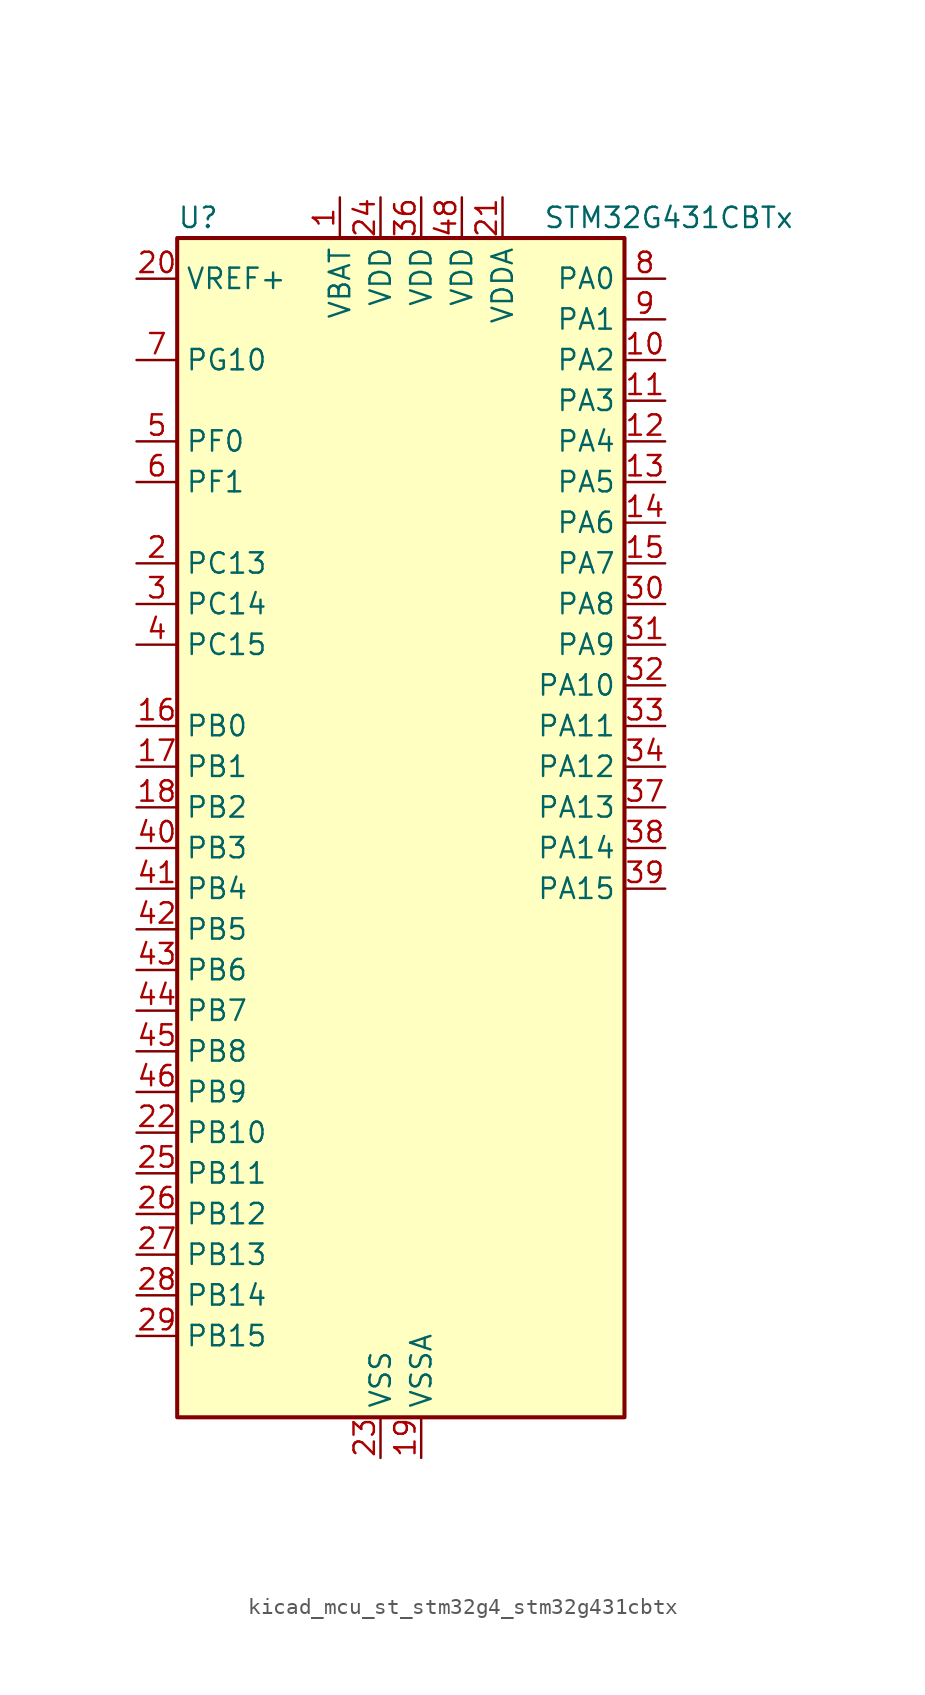
<source format=kicad_sym>
(kicad_symbol_lib
  (version 20220914)
  (generator kicad_symbol_editor)
  (symbol "kicad_mcu_st_stm32g4_stm32g431cbtx"
    (property "Reference" "U"
      (at -12.7 39.37 0)
      (effects (font (size 1.27 1.27)) (justify left)))
    (property "Value" "STM32G431CBTx"
      (at 10.16 39.37 0)
      (effects (font (size 1.27 1.27)) (justify left)))
    (property "ki_locked" ""
      (at 0 0 0)
      (effects (font (size 1.27 1.27))))
    (symbol "kicad_mcu_st_stm32g4_stm32g431cbtx_0_1"
      (rectangle (start -12.7 -35.56) (end 15.24 38.1) (stroke (width 0.254) (type default)) (fill (type background))))
    (symbol "kicad_mcu_st_stm32g4_stm32g431cbtx_1_1"
      (pin power_in line (at -2.54 40.64 270) (length 2.54) (name "VBAT" (effects (font (size 1.27 1.27)))) (number "1" (effects (font (size 1.27 1.27)))))
      (pin bidirectional line (at 17.78 30.48 180) (length 2.54) (name "PA2" (effects (font (size 1.27 1.27)))) (number "10" (effects (font (size 1.27 1.27)))) (alternate "ADC1_IN3" bidirectional line) (alternate "COMP2_INM" bidirectional line) (alternate "COMP2_OUT" bidirectional line) (alternate "LPUART1_TX" bidirectional line) (alternate "OPAMP1_VOUT" bidirectional line) (alternate "RCC_LSCO" bidirectional line) (alternate "SYS_WKUP4" bidirectional line) (alternate "TIM15_CH1" bidirectional line) (alternate "TIM2_CH3" bidirectional line) (alternate "UCPD1_FRSTX1" bidirectional line) (alternate "UCPD1_FRSTX2" bidirectional line) (alternate "USART2_TX" bidirectional line))
      (pin bidirectional line (at 17.78 27.94 180) (length 2.54) (name "PA3" (effects (font (size 1.27 1.27)))) (number "11" (effects (font (size 1.27 1.27)))) (alternate "ADC1_IN4" bidirectional line) (alternate "COMP2_INP" bidirectional line) (alternate "LPUART1_RX" bidirectional line) (alternate "OPAMP1_VINM" bidirectional line) (alternate "OPAMP1_VINM0" bidirectional line) (alternate "OPAMP1_VINM_SEC" bidirectional line) (alternate "OPAMP1_VINP" bidirectional line) (alternate "OPAMP1_VINP_SEC" bidirectional line) (alternate "SAI1_CK1" bidirectional line) (alternate "SAI1_MCLK_A" bidirectional line) (alternate "TIM15_CH2" bidirectional line) (alternate "TIM2_CH4" bidirectional line) (alternate "USART2_RX" bidirectional line))
      (pin bidirectional line (at 17.78 25.4 180) (length 2.54) (name "PA4" (effects (font (size 1.27 1.27)))) (number "12" (effects (font (size 1.27 1.27)))) (alternate "ADC2_IN17" bidirectional line) (alternate "COMP1_INM" bidirectional line) (alternate "DAC1_OUT1" bidirectional line) (alternate "I2S3_WS" bidirectional line) (alternate "SAI1_FS_B" bidirectional line) (alternate "SPI1_NSS" bidirectional line) (alternate "SPI3_NSS" bidirectional line) (alternate "TIM3_CH2" bidirectional line) (alternate "USART2_CK" bidirectional line))
      (pin bidirectional line (at 17.78 22.86 180) (length 2.54) (name "PA5" (effects (font (size 1.27 1.27)))) (number "13" (effects (font (size 1.27 1.27)))) (alternate "ADC2_IN13" bidirectional line) (alternate "COMP2_INM" bidirectional line) (alternate "DAC1_OUT2" bidirectional line) (alternate "OPAMP2_VINM" bidirectional line) (alternate "OPAMP2_VINM0" bidirectional line) (alternate "OPAMP2_VINM_SEC" bidirectional line) (alternate "SPI1_SCK" bidirectional line) (alternate "TIM2_CH1" bidirectional line) (alternate "TIM2_ETR" bidirectional line) (alternate "UCPD1_FRSTX1" bidirectional line) (alternate "UCPD1_FRSTX2" bidirectional line))
      (pin bidirectional line (at 17.78 20.32 180) (length 2.54) (name "PA6" (effects (font (size 1.27 1.27)))) (number "14" (effects (font (size 1.27 1.27)))) (alternate "ADC2_IN3" bidirectional line) (alternate "COMP1_OUT" bidirectional line) (alternate "LPUART1_CTS" bidirectional line) (alternate "OPAMP2_VOUT" bidirectional line) (alternate "SPI1_MISO" bidirectional line) (alternate "TIM16_CH1" bidirectional line) (alternate "TIM1_BKIN" bidirectional line) (alternate "TIM3_CH1" bidirectional line) (alternate "TIM8_BKIN" bidirectional line))
      (pin bidirectional line (at 17.78 17.78 180) (length 2.54) (name "PA7" (effects (font (size 1.27 1.27)))) (number "15" (effects (font (size 1.27 1.27)))) (alternate "ADC2_IN4" bidirectional line) (alternate "COMP2_INP" bidirectional line) (alternate "COMP2_OUT" bidirectional line) (alternate "OPAMP1_VINP" bidirectional line) (alternate "OPAMP1_VINP_SEC" bidirectional line) (alternate "OPAMP2_VINP" bidirectional line) (alternate "OPAMP2_VINP_SEC" bidirectional line) (alternate "SPI1_MOSI" bidirectional line) (alternate "TIM17_CH1" bidirectional line) (alternate "TIM1_CH1N" bidirectional line) (alternate "TIM3_CH2" bidirectional line) (alternate "TIM8_CH1N" bidirectional line) (alternate "UCPD1_FRSTX1" bidirectional line) (alternate "UCPD1_FRSTX2" bidirectional line))
      (pin bidirectional line (at -15.24 7.62 0) (length 2.54) (name "PB0" (effects (font (size 1.27 1.27)))) (number "16" (effects (font (size 1.27 1.27)))) (alternate "ADC1_IN15" bidirectional line) (alternate "COMP4_INP" bidirectional line) (alternate "OPAMP2_VINP" bidirectional line) (alternate "OPAMP2_VINP_SEC" bidirectional line) (alternate "OPAMP3_VINP" bidirectional line) (alternate "OPAMP3_VINP_SEC" bidirectional line) (alternate "TIM1_CH2N" bidirectional line) (alternate "TIM3_CH3" bidirectional line) (alternate "TIM8_CH2N" bidirectional line) (alternate "UCPD1_FRSTX1" bidirectional line) (alternate "UCPD1_FRSTX2" bidirectional line))
      (pin bidirectional line (at -15.24 5.08 0) (length 2.54) (name "PB1" (effects (font (size 1.27 1.27)))) (number "17" (effects (font (size 1.27 1.27)))) (alternate "ADC1_IN12" bidirectional line) (alternate "COMP1_INP" bidirectional line) (alternate "COMP4_OUT" bidirectional line) (alternate "LPUART1_DE" bidirectional line) (alternate "LPUART1_RTS" bidirectional line) (alternate "OPAMP3_VOUT" bidirectional line) (alternate "TIM1_CH3N" bidirectional line) (alternate "TIM3_CH4" bidirectional line) (alternate "TIM8_CH3N" bidirectional line))
      (pin bidirectional line (at -15.24 2.54 0) (length 2.54) (name "PB2" (effects (font (size 1.27 1.27)))) (number "18" (effects (font (size 1.27 1.27)))) (alternate "ADC2_IN12" bidirectional line) (alternate "COMP4_INM" bidirectional line) (alternate "I2C3_SMBA" bidirectional line) (alternate "LPTIM1_OUT" bidirectional line) (alternate "OPAMP3_VINM" bidirectional line) (alternate "OPAMP3_VINM0" bidirectional line) (alternate "OPAMP3_VINM_SEC" bidirectional line) (alternate "RTC_OUT2" bidirectional line))
      (pin power_in line (at 2.54 -38.1 90) (length 2.54) (name "VSSA" (effects (font (size 1.27 1.27)))) (number "19" (effects (font (size 1.27 1.27)))))
      (pin bidirectional line (at -15.24 17.78 0) (length 2.54) (name "PC13" (effects (font (size 1.27 1.27)))) (number "2" (effects (font (size 1.27 1.27)))) (alternate "RTC_OUT1" bidirectional line) (alternate "RTC_TAMP1" bidirectional line) (alternate "RTC_TS" bidirectional line) (alternate "SYS_WKUP2" bidirectional line) (alternate "TIM1_BKIN" bidirectional line) (alternate "TIM1_CH1N" bidirectional line) (alternate "TIM8_CH4N" bidirectional line))
      (pin input line (at -15.24 35.56 0) (length 2.54) (name "VREF+" (effects (font (size 1.27 1.27)))) (number "20" (effects (font (size 1.27 1.27)))) (alternate "VREFBUF_OUT" bidirectional line))
      (pin power_in line (at 7.62 40.64 270) (length 2.54) (name "VDDA" (effects (font (size 1.27 1.27)))) (number "21" (effects (font (size 1.27 1.27)))))
      (pin bidirectional line (at -15.24 -17.78 0) (length 2.54) (name "PB10" (effects (font (size 1.27 1.27)))) (number "22" (effects (font (size 1.27 1.27)))) (alternate "DAC1_EXTI10" bidirectional line) (alternate "DAC3_EXTI10" bidirectional line) (alternate "LPUART1_RX" bidirectional line) (alternate "OPAMP3_VINM" bidirectional line) (alternate "OPAMP3_VINM1" bidirectional line) (alternate "OPAMP3_VINM_SEC" bidirectional line) (alternate "SAI1_SCK_A" bidirectional line) (alternate "TIM1_BKIN" bidirectional line) (alternate "TIM2_CH3" bidirectional line) (alternate "USART3_TX" bidirectional line))
      (pin power_in line (at 0 -38.1 90) (length 2.54) (name "VSS" (effects (font (size 1.27 1.27)))) (number "23" (effects (font (size 1.27 1.27)))))
      (pin power_in line (at 0 40.64 270) (length 2.54) (name "VDD" (effects (font (size 1.27 1.27)))) (number "24" (effects (font (size 1.27 1.27)))))
      (pin bidirectional line (at -15.24 -20.32 0) (length 2.54) (name "PB11" (effects (font (size 1.27 1.27)))) (number "25" (effects (font (size 1.27 1.27)))) (alternate "ADC1_EXTI11" bidirectional line) (alternate "ADC1_IN14" bidirectional line) (alternate "ADC2_EXTI11" bidirectional line) (alternate "ADC2_IN14" bidirectional line) (alternate "LPUART1_TX" bidirectional line) (alternate "TIM2_CH4" bidirectional line) (alternate "USART3_RX" bidirectional line))
      (pin bidirectional line (at -15.24 -22.86 0) (length 2.54) (name "PB12" (effects (font (size 1.27 1.27)))) (number "26" (effects (font (size 1.27 1.27)))) (alternate "ADC1_IN11" bidirectional line) (alternate "I2C2_SMBA" bidirectional line) (alternate "I2S2_WS" bidirectional line) (alternate "LPUART1_DE" bidirectional line) (alternate "LPUART1_RTS" bidirectional line) (alternate "SPI2_NSS" bidirectional line) (alternate "TIM1_BKIN" bidirectional line) (alternate "USART3_CK" bidirectional line))
      (pin bidirectional line (at -15.24 -25.4 0) (length 2.54) (name "PB13" (effects (font (size 1.27 1.27)))) (number "27" (effects (font (size 1.27 1.27)))) (alternate "I2S2_CK" bidirectional line) (alternate "LPUART1_CTS" bidirectional line) (alternate "OPAMP3_VINP" bidirectional line) (alternate "OPAMP3_VINP_SEC" bidirectional line) (alternate "SPI2_SCK" bidirectional line) (alternate "TIM1_CH1N" bidirectional line) (alternate "USART3_CTS" bidirectional line) (alternate "USART3_NSS" bidirectional line))
      (pin bidirectional line (at -15.24 -27.94 0) (length 2.54) (name "PB14" (effects (font (size 1.27 1.27)))) (number "28" (effects (font (size 1.27 1.27)))) (alternate "ADC1_IN5" bidirectional line) (alternate "COMP4_OUT" bidirectional line) (alternate "OPAMP2_VINP" bidirectional line) (alternate "OPAMP2_VINP_SEC" bidirectional line) (alternate "SPI2_MISO" bidirectional line) (alternate "TIM15_CH1" bidirectional line) (alternate "TIM1_CH2N" bidirectional line) (alternate "USART3_DE" bidirectional line) (alternate "USART3_RTS" bidirectional line))
      (pin bidirectional line (at -15.24 -30.48 0) (length 2.54) (name "PB15" (effects (font (size 1.27 1.27)))) (number "29" (effects (font (size 1.27 1.27)))) (alternate "ADC1_EXTI15" bidirectional line) (alternate "ADC2_EXTI15" bidirectional line) (alternate "ADC2_IN15" bidirectional line) (alternate "COMP3_OUT" bidirectional line) (alternate "I2S2_SD" bidirectional line) (alternate "RTC_REFIN" bidirectional line) (alternate "SPI2_MOSI" bidirectional line) (alternate "TIM15_CH1N" bidirectional line) (alternate "TIM15_CH2" bidirectional line) (alternate "TIM1_CH3N" bidirectional line))
      (pin bidirectional line (at -15.24 15.24 0) (length 2.54) (name "PC14" (effects (font (size 1.27 1.27)))) (number "3" (effects (font (size 1.27 1.27)))) (alternate "RCC_OSC32_IN" bidirectional line))
      (pin bidirectional line (at 17.78 15.24 180) (length 2.54) (name "PA8" (effects (font (size 1.27 1.27)))) (number "30" (effects (font (size 1.27 1.27)))) (alternate "I2C2_SDA" bidirectional line) (alternate "I2C3_SCL" bidirectional line) (alternate "I2S2_MCK" bidirectional line) (alternate "RCC_MCO" bidirectional line) (alternate "SAI1_CK2" bidirectional line) (alternate "SAI1_SCK_A" bidirectional line) (alternate "TIM1_CH1" bidirectional line) (alternate "TIM4_ETR" bidirectional line) (alternate "USART1_CK" bidirectional line))
      (pin bidirectional line (at 17.78 12.7 180) (length 2.54) (name "PA9" (effects (font (size 1.27 1.27)))) (number "31" (effects (font (size 1.27 1.27)))) (alternate "DAC1_EXTI9" bidirectional line) (alternate "DAC3_EXTI9" bidirectional line) (alternate "I2C2_SCL" bidirectional line) (alternate "I2C3_SMBA" bidirectional line) (alternate "I2S3_MCK" bidirectional line) (alternate "SAI1_FS_A" bidirectional line) (alternate "TIM15_BKIN" bidirectional line) (alternate "TIM1_CH2" bidirectional line) (alternate "TIM2_CH3" bidirectional line) (alternate "UCPD1_DBCC1" bidirectional line) (alternate "USART1_TX" bidirectional line))
      (pin bidirectional line (at 17.78 10.16 180) (length 2.54) (name "PA10" (effects (font (size 1.27 1.27)))) (number "32" (effects (font (size 1.27 1.27)))) (alternate "CRS_SYNC" bidirectional line) (alternate "DAC1_EXTI10" bidirectional line) (alternate "DAC3_EXTI10" bidirectional line) (alternate "I2C2_SMBA" bidirectional line) (alternate "SAI1_D1" bidirectional line) (alternate "SAI1_SD_A" bidirectional line) (alternate "SPI2_MISO" bidirectional line) (alternate "TIM17_BKIN" bidirectional line) (alternate "TIM1_CH3" bidirectional line) (alternate "TIM2_CH4" bidirectional line) (alternate "TIM8_BKIN" bidirectional line) (alternate "UCPD1_DBCC2" bidirectional line) (alternate "USART1_RX" bidirectional line))
      (pin bidirectional line (at 17.78 7.62 180) (length 2.54) (name "PA11" (effects (font (size 1.27 1.27)))) (number "33" (effects (font (size 1.27 1.27)))) (alternate "ADC1_EXTI11" bidirectional line) (alternate "ADC2_EXTI11" bidirectional line) (alternate "COMP1_OUT" bidirectional line) (alternate "FDCAN1_RX" bidirectional line) (alternate "I2S2_SD" bidirectional line) (alternate "SPI2_MOSI" bidirectional line) (alternate "TIM1_BKIN2" bidirectional line) (alternate "TIM1_CH1N" bidirectional line) (alternate "TIM1_CH4" bidirectional line) (alternate "TIM4_CH1" bidirectional line) (alternate "USART1_CTS" bidirectional line) (alternate "USART1_NSS" bidirectional line) (alternate "USB_DM" bidirectional line))
      (pin bidirectional line (at 17.78 5.08 180) (length 2.54) (name "PA12" (effects (font (size 1.27 1.27)))) (number "34" (effects (font (size 1.27 1.27)))) (alternate "COMP2_OUT" bidirectional line) (alternate "FDCAN1_TX" bidirectional line) (alternate "I2S_CKIN" bidirectional line) (alternate "TIM16_CH1" bidirectional line) (alternate "TIM1_CH2N" bidirectional line) (alternate "TIM1_ETR" bidirectional line) (alternate "TIM4_CH2" bidirectional line) (alternate "USART1_DE" bidirectional line) (alternate "USART1_RTS" bidirectional line) (alternate "USB_DP" bidirectional line))
      (pin passive line (at 0 -38.1 90) (length 2.54) hide (name "VSS" (effects (font (size 1.27 1.27)))) (number "35" (effects (font (size 1.27 1.27)))))
      (pin power_in line (at 2.54 40.64 270) (length 2.54) (name "VDD" (effects (font (size 1.27 1.27)))) (number "36" (effects (font (size 1.27 1.27)))))
      (pin bidirectional line (at 17.78 2.54 180) (length 2.54) (name "PA13" (effects (font (size 1.27 1.27)))) (number "37" (effects (font (size 1.27 1.27)))) (alternate "I2C1_SCL" bidirectional line) (alternate "IR_OUT" bidirectional line) (alternate "SAI1_SD_B" bidirectional line) (alternate "SYS_JTMS-SWDIO" bidirectional line) (alternate "TIM16_CH1N" bidirectional line) (alternate "TIM4_CH3" bidirectional line) (alternate "USART3_CTS" bidirectional line) (alternate "USART3_NSS" bidirectional line))
      (pin bidirectional line (at 17.78 0 180) (length 2.54) (name "PA14" (effects (font (size 1.27 1.27)))) (number "38" (effects (font (size 1.27 1.27)))) (alternate "I2C1_SDA" bidirectional line) (alternate "LPTIM1_OUT" bidirectional line) (alternate "SAI1_FS_B" bidirectional line) (alternate "SYS_JTCK-SWCLK" bidirectional line) (alternate "TIM1_BKIN" bidirectional line) (alternate "TIM8_CH2" bidirectional line) (alternate "USART2_TX" bidirectional line))
      (pin bidirectional line (at 17.78 -2.54 180) (length 2.54) (name "PA15" (effects (font (size 1.27 1.27)))) (number "39" (effects (font (size 1.27 1.27)))) (alternate "ADC1_EXTI15" bidirectional line) (alternate "ADC2_EXTI15" bidirectional line) (alternate "I2C1_SCL" bidirectional line) (alternate "I2S3_WS" bidirectional line) (alternate "SPI1_NSS" bidirectional line) (alternate "SPI3_NSS" bidirectional line) (alternate "SYS_JTDI" bidirectional line) (alternate "TIM1_BKIN" bidirectional line) (alternate "TIM2_CH1" bidirectional line) (alternate "TIM2_ETR" bidirectional line) (alternate "TIM8_CH1" bidirectional line) (alternate "USART2_RX" bidirectional line))
      (pin bidirectional line (at -15.24 12.7 0) (length 2.54) (name "PC15" (effects (font (size 1.27 1.27)))) (number "4" (effects (font (size 1.27 1.27)))) (alternate "ADC1_EXTI15" bidirectional line) (alternate "ADC2_EXTI15" bidirectional line) (alternate "RCC_OSC32_OUT" bidirectional line))
      (pin bidirectional line (at -15.24 0 0) (length 2.54) (name "PB3" (effects (font (size 1.27 1.27)))) (number "40" (effects (font (size 1.27 1.27)))) (alternate "CRS_SYNC" bidirectional line) (alternate "I2S3_CK" bidirectional line) (alternate "SAI1_SCK_B" bidirectional line) (alternate "SPI1_SCK" bidirectional line) (alternate "SPI3_SCK" bidirectional line) (alternate "SYS_JTDO-SWO" bidirectional line) (alternate "TIM2_CH2" bidirectional line) (alternate "TIM3_ETR" bidirectional line) (alternate "TIM4_ETR" bidirectional line) (alternate "TIM8_CH1N" bidirectional line) (alternate "USART2_TX" bidirectional line))
      (pin bidirectional line (at -15.24 -2.54 0) (length 2.54) (name "PB4" (effects (font (size 1.27 1.27)))) (number "41" (effects (font (size 1.27 1.27)))) (alternate "SAI1_MCLK_B" bidirectional line) (alternate "SPI1_MISO" bidirectional line) (alternate "SPI3_MISO" bidirectional line) (alternate "SYS_JTRST" bidirectional line) (alternate "TIM16_CH1" bidirectional line) (alternate "TIM17_BKIN" bidirectional line) (alternate "TIM3_CH1" bidirectional line) (alternate "TIM8_CH2N" bidirectional line) (alternate "UCPD1_CC2" bidirectional line) (alternate "USART2_RX" bidirectional line))
      (pin bidirectional line (at -15.24 -5.08 0) (length 2.54) (name "PB5" (effects (font (size 1.27 1.27)))) (number "42" (effects (font (size 1.27 1.27)))) (alternate "I2C1_SMBA" bidirectional line) (alternate "I2C3_SDA" bidirectional line) (alternate "I2S3_SD" bidirectional line) (alternate "LPTIM1_IN1" bidirectional line) (alternate "SAI1_SD_B" bidirectional line) (alternate "SPI1_MOSI" bidirectional line) (alternate "SPI3_MOSI" bidirectional line) (alternate "TIM16_BKIN" bidirectional line) (alternate "TIM17_CH1" bidirectional line) (alternate "TIM3_CH2" bidirectional line) (alternate "TIM8_CH3N" bidirectional line) (alternate "USART2_CK" bidirectional line))
      (pin bidirectional line (at -15.24 -7.62 0) (length 2.54) (name "PB6" (effects (font (size 1.27 1.27)))) (number "43" (effects (font (size 1.27 1.27)))) (alternate "COMP4_OUT" bidirectional line) (alternate "LPTIM1_ETR" bidirectional line) (alternate "SAI1_FS_B" bidirectional line) (alternate "TIM16_CH1N" bidirectional line) (alternate "TIM4_CH1" bidirectional line) (alternate "TIM8_BKIN2" bidirectional line) (alternate "TIM8_CH1" bidirectional line) (alternate "TIM8_ETR" bidirectional line) (alternate "UCPD1_CC1" bidirectional line) (alternate "USART1_TX" bidirectional line))
      (pin bidirectional line (at -15.24 -10.16 0) (length 2.54) (name "PB7" (effects (font (size 1.27 1.27)))) (number "44" (effects (font (size 1.27 1.27)))) (alternate "COMP3_OUT" bidirectional line) (alternate "I2C1_SDA" bidirectional line) (alternate "LPTIM1_IN2" bidirectional line) (alternate "SYS_PVD_IN" bidirectional line) (alternate "TIM17_CH1N" bidirectional line) (alternate "TIM3_CH4" bidirectional line) (alternate "TIM4_CH2" bidirectional line) (alternate "TIM8_BKIN" bidirectional line) (alternate "USART1_RX" bidirectional line))
      (pin bidirectional line (at -15.24 -12.7 0) (length 2.54) (name "PB8" (effects (font (size 1.27 1.27)))) (number "45" (effects (font (size 1.27 1.27)))) (alternate "COMP1_OUT" bidirectional line) (alternate "FDCAN1_RX" bidirectional line) (alternate "I2C1_SCL" bidirectional line) (alternate "SAI1_CK1" bidirectional line) (alternate "SAI1_MCLK_A" bidirectional line) (alternate "TIM16_CH1" bidirectional line) (alternate "TIM1_BKIN" bidirectional line) (alternate "TIM4_CH3" bidirectional line) (alternate "TIM8_CH2" bidirectional line) (alternate "USART3_RX" bidirectional line))
      (pin bidirectional line (at -15.24 -15.24 0) (length 2.54) (name "PB9" (effects (font (size 1.27 1.27)))) (number "46" (effects (font (size 1.27 1.27)))) (alternate "COMP2_OUT" bidirectional line) (alternate "DAC1_EXTI9" bidirectional line) (alternate "DAC3_EXTI9" bidirectional line) (alternate "FDCAN1_TX" bidirectional line) (alternate "I2C1_SDA" bidirectional line) (alternate "IR_OUT" bidirectional line) (alternate "SAI1_D2" bidirectional line) (alternate "SAI1_FS_A" bidirectional line) (alternate "TIM17_CH1" bidirectional line) (alternate "TIM1_CH3N" bidirectional line) (alternate "TIM4_CH4" bidirectional line) (alternate "TIM8_CH3" bidirectional line) (alternate "USART3_TX" bidirectional line))
      (pin passive line (at 0 -38.1 90) (length 2.54) hide (name "VSS" (effects (font (size 1.27 1.27)))) (number "47" (effects (font (size 1.27 1.27)))))
      (pin power_in line (at 5.08 40.64 270) (length 2.54) (name "VDD" (effects (font (size 1.27 1.27)))) (number "48" (effects (font (size 1.27 1.27)))))
      (pin bidirectional line (at -15.24 25.4 0) (length 2.54) (name "PF0" (effects (font (size 1.27 1.27)))) (number "5" (effects (font (size 1.27 1.27)))) (alternate "ADC1_IN10" bidirectional line) (alternate "I2C2_SDA" bidirectional line) (alternate "I2S2_WS" bidirectional line) (alternate "RCC_OSC_IN" bidirectional line) (alternate "SPI2_NSS" bidirectional line) (alternate "TIM1_CH3N" bidirectional line))
      (pin bidirectional line (at -15.24 22.86 0) (length 2.54) (name "PF1" (effects (font (size 1.27 1.27)))) (number "6" (effects (font (size 1.27 1.27)))) (alternate "ADC2_IN10" bidirectional line) (alternate "COMP3_INM" bidirectional line) (alternate "I2S2_CK" bidirectional line) (alternate "RCC_OSC_OUT" bidirectional line) (alternate "SPI2_SCK" bidirectional line))
      (pin bidirectional line (at -15.24 30.48 0) (length 2.54) (name "PG10" (effects (font (size 1.27 1.27)))) (number "7" (effects (font (size 1.27 1.27)))) (alternate "DAC1_EXTI10" bidirectional line) (alternate "DAC3_EXTI10" bidirectional line) (alternate "RCC_MCO" bidirectional line))
      (pin bidirectional line (at 17.78 35.56 180) (length 2.54) (name "PA0" (effects (font (size 1.27 1.27)))) (number "8" (effects (font (size 1.27 1.27)))) (alternate "ADC1_IN1" bidirectional line) (alternate "ADC2_IN1" bidirectional line) (alternate "COMP1_INM" bidirectional line) (alternate "COMP1_OUT" bidirectional line) (alternate "COMP3_INP" bidirectional line) (alternate "RTC_TAMP2" bidirectional line) (alternate "SYS_WKUP1" bidirectional line) (alternate "TIM2_CH1" bidirectional line) (alternate "TIM2_ETR" bidirectional line) (alternate "TIM8_BKIN" bidirectional line) (alternate "TIM8_ETR" bidirectional line) (alternate "USART2_CTS" bidirectional line) (alternate "USART2_NSS" bidirectional line))
      (pin bidirectional line (at 17.78 33.02 180) (length 2.54) (name "PA1" (effects (font (size 1.27 1.27)))) (number "9" (effects (font (size 1.27 1.27)))) (alternate "ADC1_IN2" bidirectional line) (alternate "ADC2_IN2" bidirectional line) (alternate "COMP1_INP" bidirectional line) (alternate "OPAMP1_VINP" bidirectional line) (alternate "OPAMP1_VINP_SEC" bidirectional line) (alternate "OPAMP3_VINP" bidirectional line) (alternate "OPAMP3_VINP_SEC" bidirectional line) (alternate "RTC_REFIN" bidirectional line) (alternate "TIM15_CH1N" bidirectional line) (alternate "TIM2_CH2" bidirectional line) (alternate "USART2_DE" bidirectional line) (alternate "USART2_RTS" bidirectional line)))))
</source>
